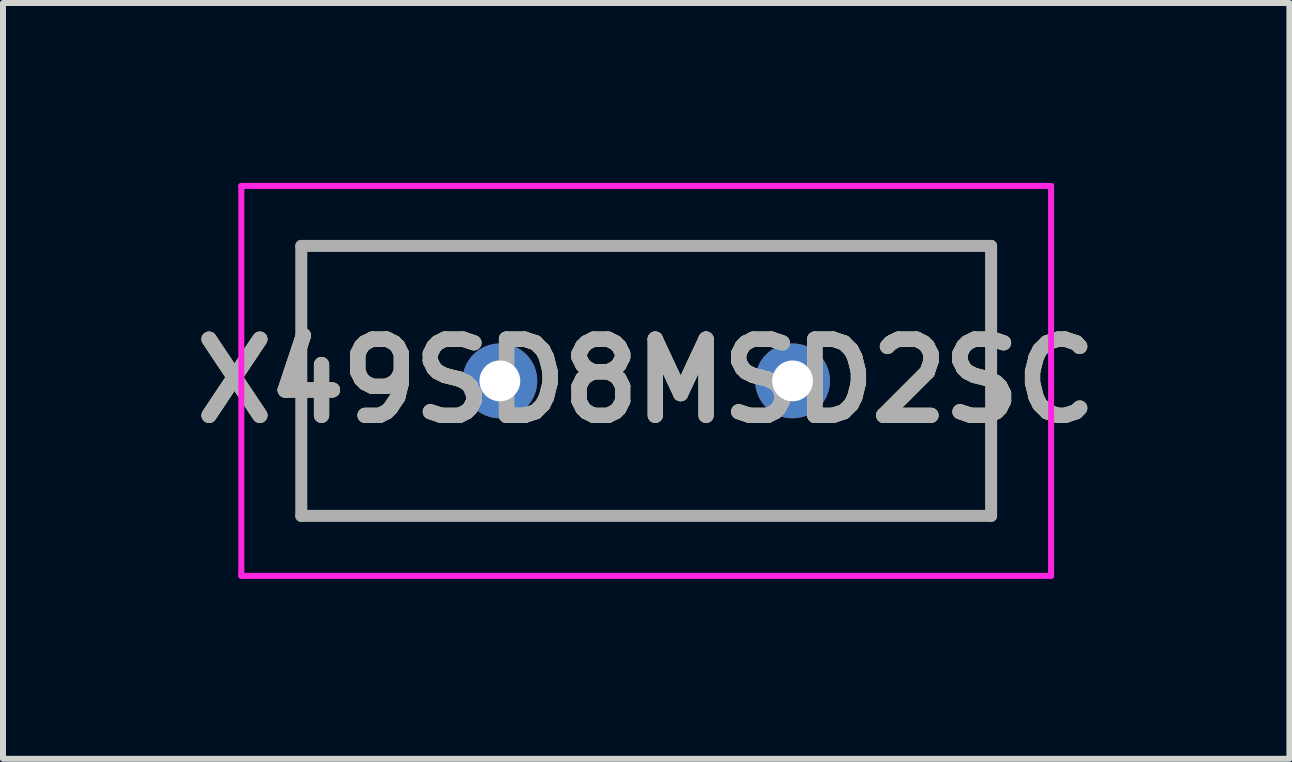
<source format=kicad_pcb>
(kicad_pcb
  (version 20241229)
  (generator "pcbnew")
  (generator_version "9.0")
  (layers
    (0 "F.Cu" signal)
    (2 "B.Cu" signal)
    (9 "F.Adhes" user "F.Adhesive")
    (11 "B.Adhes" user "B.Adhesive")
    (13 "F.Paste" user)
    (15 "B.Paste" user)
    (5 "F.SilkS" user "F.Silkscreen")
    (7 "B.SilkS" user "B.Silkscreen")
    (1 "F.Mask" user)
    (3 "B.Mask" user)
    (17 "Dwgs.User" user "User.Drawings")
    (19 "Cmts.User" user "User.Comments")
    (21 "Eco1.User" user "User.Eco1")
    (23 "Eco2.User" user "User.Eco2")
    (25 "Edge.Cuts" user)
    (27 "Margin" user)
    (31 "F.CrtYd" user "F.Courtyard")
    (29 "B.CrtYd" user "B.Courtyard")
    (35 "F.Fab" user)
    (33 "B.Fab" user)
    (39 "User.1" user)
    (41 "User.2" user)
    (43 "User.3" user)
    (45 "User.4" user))
  (footprint "X49SD8MSD2SC"
    (layer "F.Cu")
    (at 5.283 3.3)
    (property "Reference" "X49SD8MSD2SC" (at 2.44 0 0) (layer "F.SilkS") (effects (font (size 1.27 1.27) (thickness 0.254))))
    (attr through_hole)
    (fp_line (start -3.31 -2.25) (end 8.19 -2.25) (stroke (width 0.1) (type solid)) (layer "F.SilkS"))
    (fp_line (start -3.31 2.25) (end -3.31 -2.25) (stroke (width 0.1) (type solid)) (layer "F.SilkS"))
    (fp_line (start 8.19 -2.25) (end 8.19 2.25) (stroke (width 0.1) (type solid)) (layer "F.SilkS"))
    (fp_line (start 8.19 2.25) (end -3.31 2.25) (stroke (width 0.1) (type solid)) (layer "F.SilkS"))
    (fp_line (start -4.31 -3.25) (end 9.19 -3.25) (stroke (width 0.1) (type solid)) (layer "F.CrtYd"))
    (fp_line (start -4.31 3.25) (end -4.31 -3.25) (stroke (width 0.1) (type solid)) (layer "F.CrtYd"))
    (fp_line (start 9.19 -3.25) (end 9.19 3.25) (stroke (width 0.1) (type solid)) (layer "F.CrtYd"))
    (fp_line (start 9.19 3.25) (end -4.31 3.25) (stroke (width 0.1) (type solid)) (layer "F.CrtYd"))
    (fp_line (start -3.31 -2.25) (end 8.19 -2.25) (stroke (width 0.2) (type solid)) (layer "F.Fab"))
    (fp_line (start -3.31 2.25) (end -3.31 -2.25) (stroke (width 0.2) (type solid)) (layer "F.Fab"))
    (fp_line (start 8.19 -2.25) (end 8.19 2.25) (stroke (width 0.2) (type solid)) (layer "F.Fab"))
    (fp_line (start 8.19 2.25) (end -3.31 2.25) (stroke (width 0.2) (type solid)) (layer "F.Fab"))
    (fp_text user "${REFERENCE}" (at 2.44 0 0) (layer "F.Fab") (effects (font (size 1.27 1.27) (thickness 0.254))))
    (pad "1" thru_hole circle (at 0 0) (size 1.247 1.247) (drill 0.68) (layers "*.Cu" "*.Mask"))
    (pad "2" thru_hole circle (at 4.88 0) (size 1.247 1.247) (drill 0.68) (layers "*.Cu" "*.Mask")))
  (gr_rect
    (start -3 -3)
    (end 18.446 9.6)
    (stroke (width 0.1) (type default))
    (fill no)
    (layer "Edge.Cuts")))
</source>
